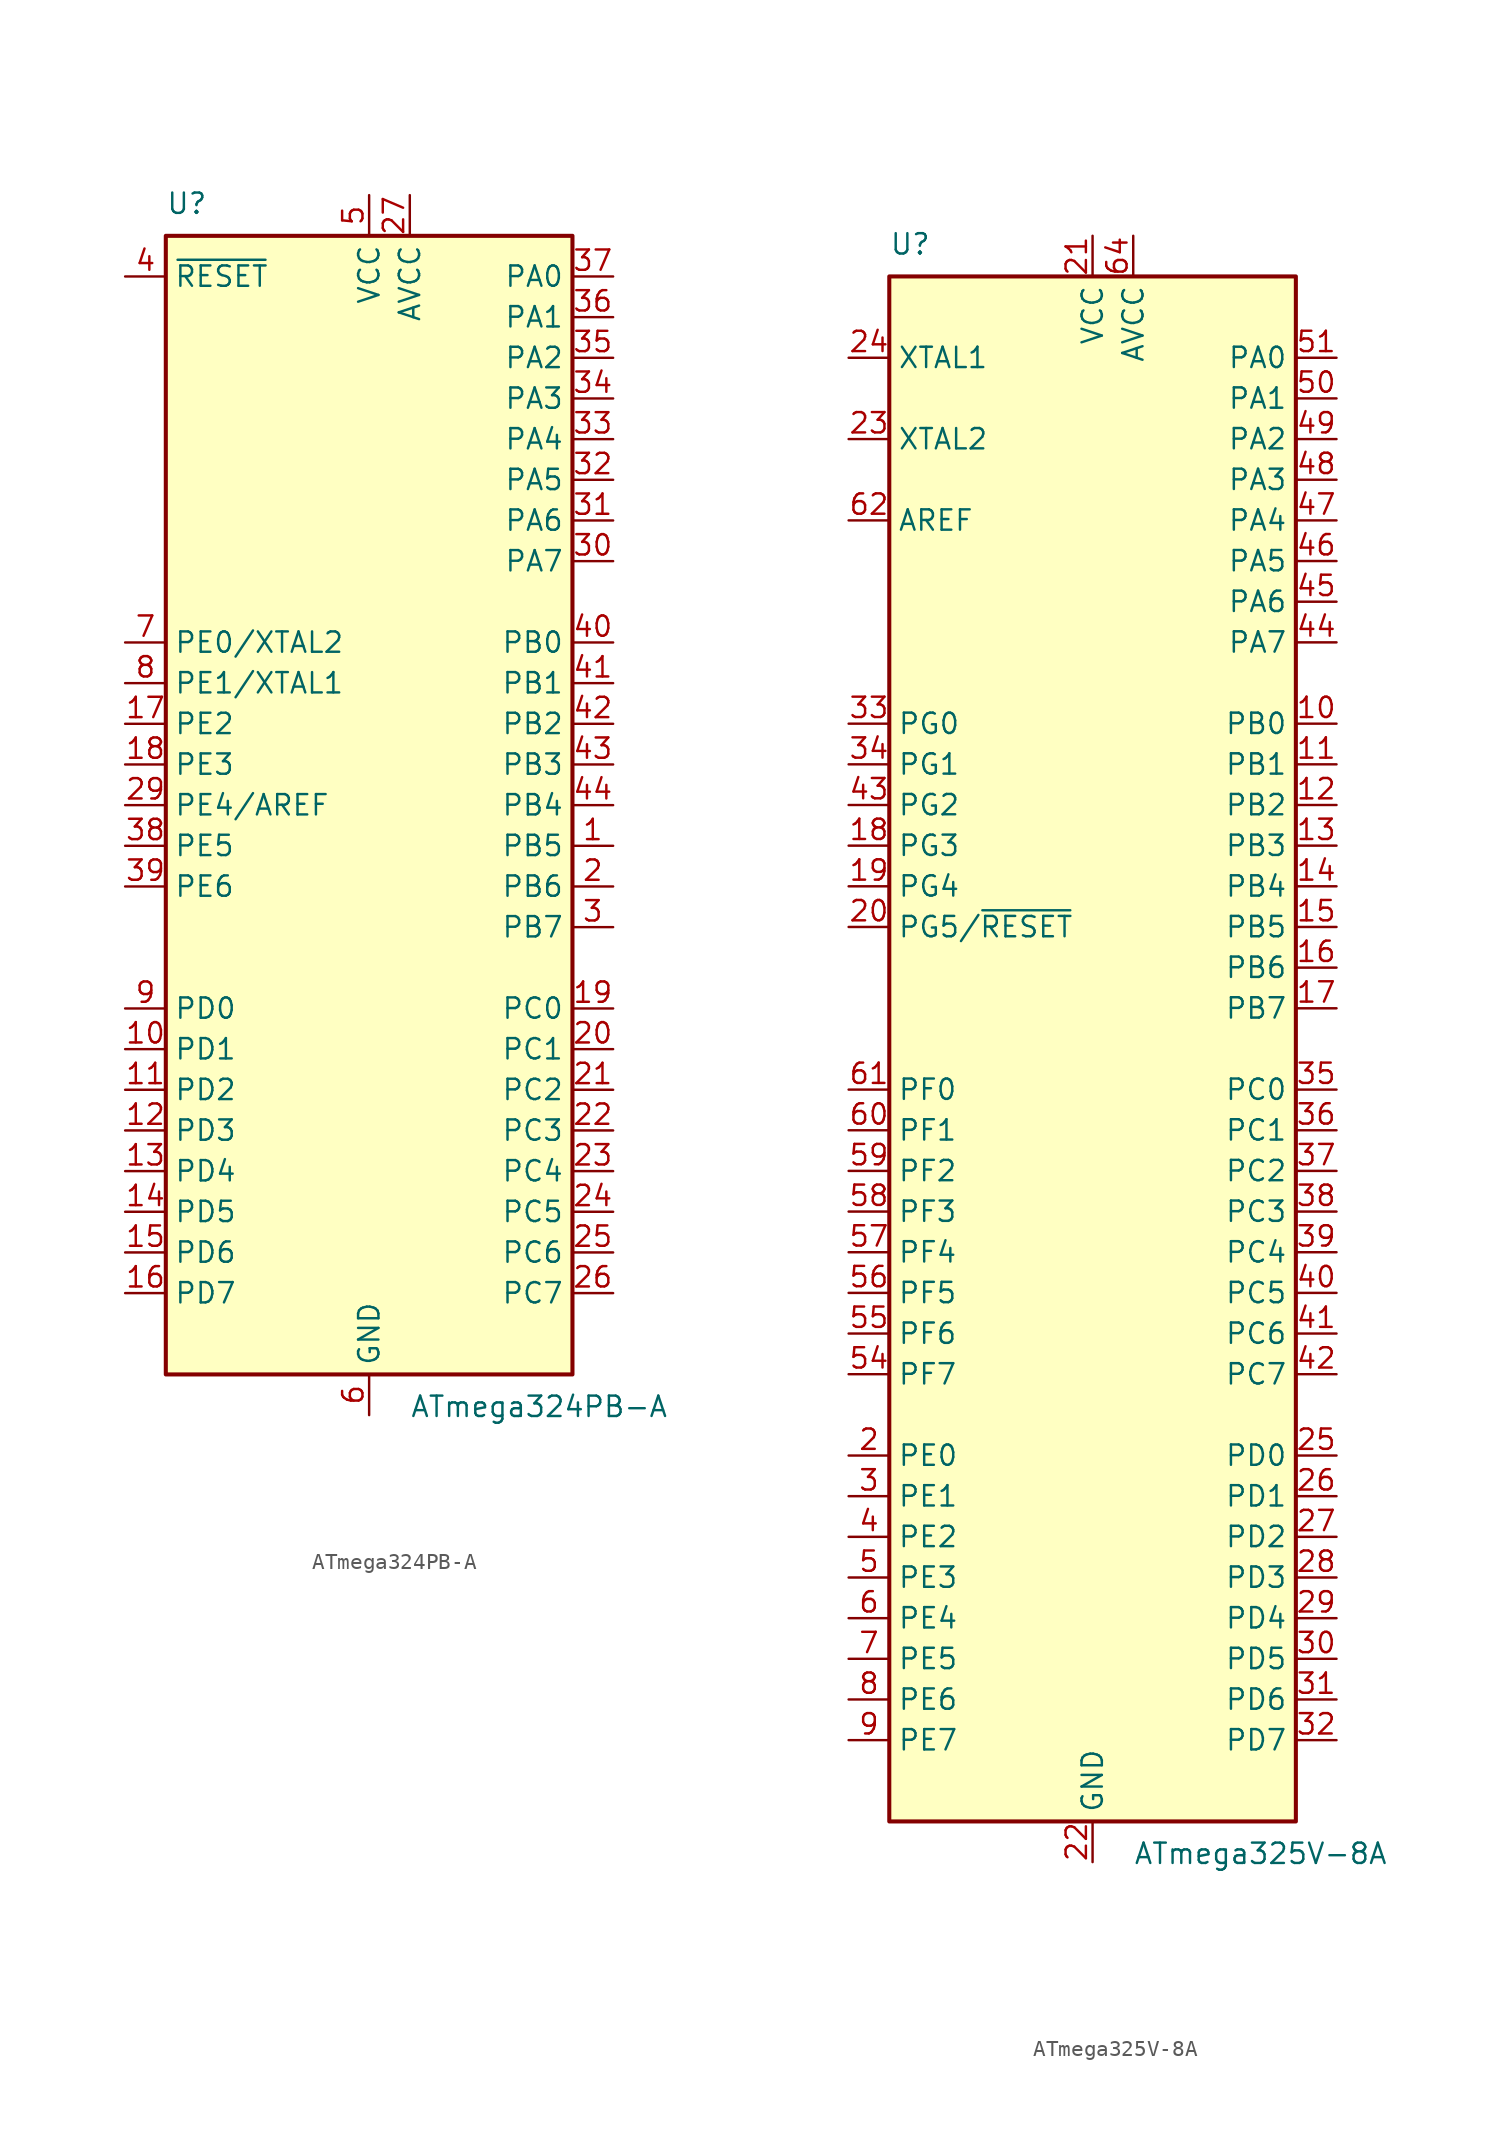
<source format=kicad_sym>
(kicad_symbol_lib
  (version 20220914)
  (generator kicad_symbol_editor)
  (symbol "ATmega324PB-A"
    (property "Reference" "U"
      (at -12.7 36.83 0)
      (effects (font (size 1.27 1.27)) (justify left bottom)))
    (property "Value" "ATmega324PB-A"
      (at 2.54 -36.83 0)
      (effects (font (size 1.27 1.27)) (justify left top)))
    (symbol "ATmega324PB-A_0_1"
      (rectangle (start -12.7 -35.56) (end 12.7 35.56) (stroke (width 0.254) (type default)) (fill (type background))))
    (symbol "ATmega324PB-A_1_1"
      (pin bidirectional line (at 15.24 -2.54 180) (length 2.54) (name "PB5" (effects (font (size 1.27 1.27)))) (number "1" (effects (font (size 1.27 1.27)))))
      (pin bidirectional line (at -15.24 -15.24 0) (length 2.54) (name "PD1" (effects (font (size 1.27 1.27)))) (number "10" (effects (font (size 1.27 1.27)))))
      (pin bidirectional line (at -15.24 -17.78 0) (length 2.54) (name "PD2" (effects (font (size 1.27 1.27)))) (number "11" (effects (font (size 1.27 1.27)))))
      (pin bidirectional line (at -15.24 -20.32 0) (length 2.54) (name "PD3" (effects (font (size 1.27 1.27)))) (number "12" (effects (font (size 1.27 1.27)))))
      (pin bidirectional line (at -15.24 -22.86 0) (length 2.54) (name "PD4" (effects (font (size 1.27 1.27)))) (number "13" (effects (font (size 1.27 1.27)))))
      (pin bidirectional line (at -15.24 -25.4 0) (length 2.54) (name "PD5" (effects (font (size 1.27 1.27)))) (number "14" (effects (font (size 1.27 1.27)))))
      (pin bidirectional line (at -15.24 -27.94 0) (length 2.54) (name "PD6" (effects (font (size 1.27 1.27)))) (number "15" (effects (font (size 1.27 1.27)))))
      (pin bidirectional line (at -15.24 -30.48 0) (length 2.54) (name "PD7" (effects (font (size 1.27 1.27)))) (number "16" (effects (font (size 1.27 1.27)))))
      (pin bidirectional line (at -15.24 5.08 0) (length 2.54) (name "PE2" (effects (font (size 1.27 1.27)))) (number "17" (effects (font (size 1.27 1.27)))))
      (pin bidirectional line (at -15.24 2.54 0) (length 2.54) (name "PE3" (effects (font (size 1.27 1.27)))) (number "18" (effects (font (size 1.27 1.27)))))
      (pin bidirectional line (at 15.24 -12.7 180) (length 2.54) (name "PC0" (effects (font (size 1.27 1.27)))) (number "19" (effects (font (size 1.27 1.27)))))
      (pin bidirectional line (at 15.24 -5.08 180) (length 2.54) (name "PB6" (effects (font (size 1.27 1.27)))) (number "2" (effects (font (size 1.27 1.27)))))
      (pin bidirectional line (at 15.24 -15.24 180) (length 2.54) (name "PC1" (effects (font (size 1.27 1.27)))) (number "20" (effects (font (size 1.27 1.27)))))
      (pin bidirectional line (at 15.24 -17.78 180) (length 2.54) (name "PC2" (effects (font (size 1.27 1.27)))) (number "21" (effects (font (size 1.27 1.27)))))
      (pin bidirectional line (at 15.24 -20.32 180) (length 2.54) (name "PC3" (effects (font (size 1.27 1.27)))) (number "22" (effects (font (size 1.27 1.27)))))
      (pin bidirectional line (at 15.24 -22.86 180) (length 2.54) (name "PC4" (effects (font (size 1.27 1.27)))) (number "23" (effects (font (size 1.27 1.27)))))
      (pin bidirectional line (at 15.24 -25.4 180) (length 2.54) (name "PC5" (effects (font (size 1.27 1.27)))) (number "24" (effects (font (size 1.27 1.27)))))
      (pin bidirectional line (at 15.24 -27.94 180) (length 2.54) (name "PC6" (effects (font (size 1.27 1.27)))) (number "25" (effects (font (size 1.27 1.27)))))
      (pin bidirectional line (at 15.24 -30.48 180) (length 2.54) (name "PC7" (effects (font (size 1.27 1.27)))) (number "26" (effects (font (size 1.27 1.27)))))
      (pin power_in line (at 2.54 38.1 270) (length 2.54) (name "AVCC" (effects (font (size 1.27 1.27)))) (number "27" (effects (font (size 1.27 1.27)))))
      (pin passive line (at 0 -38.1 90) (length 2.54) hide (name "GND" (effects (font (size 1.27 1.27)))) (number "28" (effects (font (size 1.27 1.27)))))
      (pin bidirectional line (at -15.24 0 0) (length 2.54) (name "PE4/AREF" (effects (font (size 1.27 1.27)))) (number "29" (effects (font (size 1.27 1.27)))))
      (pin bidirectional line (at 15.24 -7.62 180) (length 2.54) (name "PB7" (effects (font (size 1.27 1.27)))) (number "3" (effects (font (size 1.27 1.27)))))
      (pin bidirectional line (at 15.24 15.24 180) (length 2.54) (name "PA7" (effects (font (size 1.27 1.27)))) (number "30" (effects (font (size 1.27 1.27)))))
      (pin bidirectional line (at 15.24 17.78 180) (length 2.54) (name "PA6" (effects (font (size 1.27 1.27)))) (number "31" (effects (font (size 1.27 1.27)))))
      (pin bidirectional line (at 15.24 20.32 180) (length 2.54) (name "PA5" (effects (font (size 1.27 1.27)))) (number "32" (effects (font (size 1.27 1.27)))))
      (pin bidirectional line (at 15.24 22.86 180) (length 2.54) (name "PA4" (effects (font (size 1.27 1.27)))) (number "33" (effects (font (size 1.27 1.27)))))
      (pin bidirectional line (at 15.24 25.4 180) (length 2.54) (name "PA3" (effects (font (size 1.27 1.27)))) (number "34" (effects (font (size 1.27 1.27)))))
      (pin bidirectional line (at 15.24 27.94 180) (length 2.54) (name "PA2" (effects (font (size 1.27 1.27)))) (number "35" (effects (font (size 1.27 1.27)))))
      (pin bidirectional line (at 15.24 30.48 180) (length 2.54) (name "PA1" (effects (font (size 1.27 1.27)))) (number "36" (effects (font (size 1.27 1.27)))))
      (pin bidirectional line (at 15.24 33.02 180) (length 2.54) (name "PA0" (effects (font (size 1.27 1.27)))) (number "37" (effects (font (size 1.27 1.27)))))
      (pin bidirectional line (at -15.24 -2.54 0) (length 2.54) (name "PE5" (effects (font (size 1.27 1.27)))) (number "38" (effects (font (size 1.27 1.27)))))
      (pin bidirectional line (at -15.24 -5.08 0) (length 2.54) (name "PE6" (effects (font (size 1.27 1.27)))) (number "39" (effects (font (size 1.27 1.27)))))
      (pin input line (at -15.24 33.02 0) (length 2.54) (name "~{RESET}" (effects (font (size 1.27 1.27)))) (number "4" (effects (font (size 1.27 1.27)))))
      (pin bidirectional line (at 15.24 10.16 180) (length 2.54) (name "PB0" (effects (font (size 1.27 1.27)))) (number "40" (effects (font (size 1.27 1.27)))))
      (pin bidirectional line (at 15.24 7.62 180) (length 2.54) (name "PB1" (effects (font (size 1.27 1.27)))) (number "41" (effects (font (size 1.27 1.27)))))
      (pin bidirectional line (at 15.24 5.08 180) (length 2.54) (name "PB2" (effects (font (size 1.27 1.27)))) (number "42" (effects (font (size 1.27 1.27)))))
      (pin bidirectional line (at 15.24 2.54 180) (length 2.54) (name "PB3" (effects (font (size 1.27 1.27)))) (number "43" (effects (font (size 1.27 1.27)))))
      (pin bidirectional line (at 15.24 0 180) (length 2.54) (name "PB4" (effects (font (size 1.27 1.27)))) (number "44" (effects (font (size 1.27 1.27)))))
      (pin power_in line (at 0 38.1 270) (length 2.54) (name "VCC" (effects (font (size 1.27 1.27)))) (number "5" (effects (font (size 1.27 1.27)))))
      (pin power_in line (at 0 -38.1 90) (length 2.54) (name "GND" (effects (font (size 1.27 1.27)))) (number "6" (effects (font (size 1.27 1.27)))))
      (pin bidirectional line (at -15.24 10.16 0) (length 2.54) (name "PE0/XTAL2" (effects (font (size 1.27 1.27)))) (number "7" (effects (font (size 1.27 1.27)))))
      (pin bidirectional line (at -15.24 7.62 0) (length 2.54) (name "PE1/XTAL1" (effects (font (size 1.27 1.27)))) (number "8" (effects (font (size 1.27 1.27)))))
      (pin bidirectional line (at -15.24 -12.7 0) (length 2.54) (name "PD0" (effects (font (size 1.27 1.27)))) (number "9" (effects (font (size 1.27 1.27)))))))
  (symbol "ATmega325V-8A"
    (property "Reference" "U"
      (at -12.7 49.53 0)
      (effects (font (size 1.27 1.27)) (justify left bottom)))
    (property "Value" "ATmega325V-8A"
      (at 2.54 -49.53 0)
      (effects (font (size 1.27 1.27)) (justify left top)))
    (symbol "ATmega325V-8A_0_1"
      (rectangle (start -12.7 -48.26) (end 12.7 48.26) (stroke (width 0.254) (type default)) (fill (type background))))
    (symbol "ATmega325V-8A_1_1"
      (pin no_connect line (at -12.7 -45.72 0) (length 2.54) hide (name "NC" (effects (font (size 1.27 1.27)))) (number "1" (effects (font (size 1.27 1.27)))))
      (pin bidirectional line (at 15.24 20.32 180) (length 2.54) (name "PB0" (effects (font (size 1.27 1.27)))) (number "10" (effects (font (size 1.27 1.27)))))
      (pin bidirectional line (at 15.24 17.78 180) (length 2.54) (name "PB1" (effects (font (size 1.27 1.27)))) (number "11" (effects (font (size 1.27 1.27)))))
      (pin bidirectional line (at 15.24 15.24 180) (length 2.54) (name "PB2" (effects (font (size 1.27 1.27)))) (number "12" (effects (font (size 1.27 1.27)))))
      (pin bidirectional line (at 15.24 12.7 180) (length 2.54) (name "PB3" (effects (font (size 1.27 1.27)))) (number "13" (effects (font (size 1.27 1.27)))))
      (pin bidirectional line (at 15.24 10.16 180) (length 2.54) (name "PB4" (effects (font (size 1.27 1.27)))) (number "14" (effects (font (size 1.27 1.27)))))
      (pin bidirectional line (at 15.24 7.62 180) (length 2.54) (name "PB5" (effects (font (size 1.27 1.27)))) (number "15" (effects (font (size 1.27 1.27)))))
      (pin bidirectional line (at 15.24 5.08 180) (length 2.54) (name "PB6" (effects (font (size 1.27 1.27)))) (number "16" (effects (font (size 1.27 1.27)))))
      (pin bidirectional line (at 15.24 2.54 180) (length 2.54) (name "PB7" (effects (font (size 1.27 1.27)))) (number "17" (effects (font (size 1.27 1.27)))))
      (pin bidirectional line (at -15.24 12.7 0) (length 2.54) (name "PG3" (effects (font (size 1.27 1.27)))) (number "18" (effects (font (size 1.27 1.27)))))
      (pin bidirectional line (at -15.24 10.16 0) (length 2.54) (name "PG4" (effects (font (size 1.27 1.27)))) (number "19" (effects (font (size 1.27 1.27)))))
      (pin bidirectional line (at -15.24 -25.4 0) (length 2.54) (name "PE0" (effects (font (size 1.27 1.27)))) (number "2" (effects (font (size 1.27 1.27)))))
      (pin bidirectional line (at -15.24 7.62 0) (length 2.54) (name "PG5/~{RESET}" (effects (font (size 1.27 1.27)))) (number "20" (effects (font (size 1.27 1.27)))))
      (pin power_in line (at 0 50.8 270) (length 2.54) (name "VCC" (effects (font (size 1.27 1.27)))) (number "21" (effects (font (size 1.27 1.27)))))
      (pin power_in line (at 0 -50.8 90) (length 2.54) (name "GND" (effects (font (size 1.27 1.27)))) (number "22" (effects (font (size 1.27 1.27)))))
      (pin output line (at -15.24 38.1 0) (length 2.54) (name "XTAL2" (effects (font (size 1.27 1.27)))) (number "23" (effects (font (size 1.27 1.27)))))
      (pin input line (at -15.24 43.18 0) (length 2.54) (name "XTAL1" (effects (font (size 1.27 1.27)))) (number "24" (effects (font (size 1.27 1.27)))))
      (pin bidirectional line (at 15.24 -25.4 180) (length 2.54) (name "PD0" (effects (font (size 1.27 1.27)))) (number "25" (effects (font (size 1.27 1.27)))))
      (pin bidirectional line (at 15.24 -27.94 180) (length 2.54) (name "PD1" (effects (font (size 1.27 1.27)))) (number "26" (effects (font (size 1.27 1.27)))))
      (pin bidirectional line (at 15.24 -30.48 180) (length 2.54) (name "PD2" (effects (font (size 1.27 1.27)))) (number "27" (effects (font (size 1.27 1.27)))))
      (pin bidirectional line (at 15.24 -33.02 180) (length 2.54) (name "PD3" (effects (font (size 1.27 1.27)))) (number "28" (effects (font (size 1.27 1.27)))))
      (pin bidirectional line (at 15.24 -35.56 180) (length 2.54) (name "PD4" (effects (font (size 1.27 1.27)))) (number "29" (effects (font (size 1.27 1.27)))))
      (pin bidirectional line (at -15.24 -27.94 0) (length 2.54) (name "PE1" (effects (font (size 1.27 1.27)))) (number "3" (effects (font (size 1.27 1.27)))))
      (pin bidirectional line (at 15.24 -38.1 180) (length 2.54) (name "PD5" (effects (font (size 1.27 1.27)))) (number "30" (effects (font (size 1.27 1.27)))))
      (pin bidirectional line (at 15.24 -40.64 180) (length 2.54) (name "PD6" (effects (font (size 1.27 1.27)))) (number "31" (effects (font (size 1.27 1.27)))))
      (pin bidirectional line (at 15.24 -43.18 180) (length 2.54) (name "PD7" (effects (font (size 1.27 1.27)))) (number "32" (effects (font (size 1.27 1.27)))))
      (pin bidirectional line (at -15.24 20.32 0) (length 2.54) (name "PG0" (effects (font (size 1.27 1.27)))) (number "33" (effects (font (size 1.27 1.27)))))
      (pin bidirectional line (at -15.24 17.78 0) (length 2.54) (name "PG1" (effects (font (size 1.27 1.27)))) (number "34" (effects (font (size 1.27 1.27)))))
      (pin bidirectional line (at 15.24 -2.54 180) (length 2.54) (name "PC0" (effects (font (size 1.27 1.27)))) (number "35" (effects (font (size 1.27 1.27)))))
      (pin bidirectional line (at 15.24 -5.08 180) (length 2.54) (name "PC1" (effects (font (size 1.27 1.27)))) (number "36" (effects (font (size 1.27 1.27)))))
      (pin bidirectional line (at 15.24 -7.62 180) (length 2.54) (name "PC2" (effects (font (size 1.27 1.27)))) (number "37" (effects (font (size 1.27 1.27)))))
      (pin bidirectional line (at 15.24 -10.16 180) (length 2.54) (name "PC3" (effects (font (size 1.27 1.27)))) (number "38" (effects (font (size 1.27 1.27)))))
      (pin bidirectional line (at 15.24 -12.7 180) (length 2.54) (name "PC4" (effects (font (size 1.27 1.27)))) (number "39" (effects (font (size 1.27 1.27)))))
      (pin bidirectional line (at -15.24 -30.48 0) (length 2.54) (name "PE2" (effects (font (size 1.27 1.27)))) (number "4" (effects (font (size 1.27 1.27)))))
      (pin bidirectional line (at 15.24 -15.24 180) (length 2.54) (name "PC5" (effects (font (size 1.27 1.27)))) (number "40" (effects (font (size 1.27 1.27)))))
      (pin bidirectional line (at 15.24 -17.78 180) (length 2.54) (name "PC6" (effects (font (size 1.27 1.27)))) (number "41" (effects (font (size 1.27 1.27)))))
      (pin bidirectional line (at 15.24 -20.32 180) (length 2.54) (name "PC7" (effects (font (size 1.27 1.27)))) (number "42" (effects (font (size 1.27 1.27)))))
      (pin bidirectional line (at -15.24 15.24 0) (length 2.54) (name "PG2" (effects (font (size 1.27 1.27)))) (number "43" (effects (font (size 1.27 1.27)))))
      (pin bidirectional line (at 15.24 25.4 180) (length 2.54) (name "PA7" (effects (font (size 1.27 1.27)))) (number "44" (effects (font (size 1.27 1.27)))))
      (pin bidirectional line (at 15.24 27.94 180) (length 2.54) (name "PA6" (effects (font (size 1.27 1.27)))) (number "45" (effects (font (size 1.27 1.27)))))
      (pin bidirectional line (at 15.24 30.48 180) (length 2.54) (name "PA5" (effects (font (size 1.27 1.27)))) (number "46" (effects (font (size 1.27 1.27)))))
      (pin bidirectional line (at 15.24 33.02 180) (length 2.54) (name "PA4" (effects (font (size 1.27 1.27)))) (number "47" (effects (font (size 1.27 1.27)))))
      (pin bidirectional line (at 15.24 35.56 180) (length 2.54) (name "PA3" (effects (font (size 1.27 1.27)))) (number "48" (effects (font (size 1.27 1.27)))))
      (pin bidirectional line (at 15.24 38.1 180) (length 2.54) (name "PA2" (effects (font (size 1.27 1.27)))) (number "49" (effects (font (size 1.27 1.27)))))
      (pin bidirectional line (at -15.24 -33.02 0) (length 2.54) (name "PE3" (effects (font (size 1.27 1.27)))) (number "5" (effects (font (size 1.27 1.27)))))
      (pin bidirectional line (at 15.24 40.64 180) (length 2.54) (name "PA1" (effects (font (size 1.27 1.27)))) (number "50" (effects (font (size 1.27 1.27)))))
      (pin bidirectional line (at 15.24 43.18 180) (length 2.54) (name "PA0" (effects (font (size 1.27 1.27)))) (number "51" (effects (font (size 1.27 1.27)))))
      (pin passive line (at 0 50.8 270) (length 2.54) hide (name "VCC" (effects (font (size 1.27 1.27)))) (number "52" (effects (font (size 1.27 1.27)))))
      (pin passive line (at 0 -50.8 90) (length 2.54) hide (name "GND" (effects (font (size 1.27 1.27)))) (number "53" (effects (font (size 1.27 1.27)))))
      (pin bidirectional line (at -15.24 -20.32 0) (length 2.54) (name "PF7" (effects (font (size 1.27 1.27)))) (number "54" (effects (font (size 1.27 1.27)))))
      (pin bidirectional line (at -15.24 -17.78 0) (length 2.54) (name "PF6" (effects (font (size 1.27 1.27)))) (number "55" (effects (font (size 1.27 1.27)))))
      (pin bidirectional line (at -15.24 -15.24 0) (length 2.54) (name "PF5" (effects (font (size 1.27 1.27)))) (number "56" (effects (font (size 1.27 1.27)))))
      (pin bidirectional line (at -15.24 -12.7 0) (length 2.54) (name "PF4" (effects (font (size 1.27 1.27)))) (number "57" (effects (font (size 1.27 1.27)))))
      (pin bidirectional line (at -15.24 -10.16 0) (length 2.54) (name "PF3" (effects (font (size 1.27 1.27)))) (number "58" (effects (font (size 1.27 1.27)))))
      (pin bidirectional line (at -15.24 -7.62 0) (length 2.54) (name "PF2" (effects (font (size 1.27 1.27)))) (number "59" (effects (font (size 1.27 1.27)))))
      (pin bidirectional line (at -15.24 -35.56 0) (length 2.54) (name "PE4" (effects (font (size 1.27 1.27)))) (number "6" (effects (font (size 1.27 1.27)))))
      (pin bidirectional line (at -15.24 -5.08 0) (length 2.54) (name "PF1" (effects (font (size 1.27 1.27)))) (number "60" (effects (font (size 1.27 1.27)))))
      (pin bidirectional line (at -15.24 -2.54 0) (length 2.54) (name "PF0" (effects (font (size 1.27 1.27)))) (number "61" (effects (font (size 1.27 1.27)))))
      (pin passive line (at -15.24 33.02 0) (length 2.54) (name "AREF" (effects (font (size 1.27 1.27)))) (number "62" (effects (font (size 1.27 1.27)))))
      (pin passive line (at 0 -50.8 90) (length 2.54) hide (name "GND" (effects (font (size 1.27 1.27)))) (number "63" (effects (font (size 1.27 1.27)))))
      (pin power_in line (at 2.54 50.8 270) (length 2.54) (name "AVCC" (effects (font (size 1.27 1.27)))) (number "64" (effects (font (size 1.27 1.27)))))
      (pin bidirectional line (at -15.24 -38.1 0) (length 2.54) (name "PE5" (effects (font (size 1.27 1.27)))) (number "7" (effects (font (size 1.27 1.27)))))
      (pin bidirectional line (at -15.24 -40.64 0) (length 2.54) (name "PE6" (effects (font (size 1.27 1.27)))) (number "8" (effects (font (size 1.27 1.27)))))
      (pin bidirectional line (at -15.24 -43.18 0) (length 2.54) (name "PE7" (effects (font (size 1.27 1.27)))) (number "9" (effects (font (size 1.27 1.27))))))))
</source>
